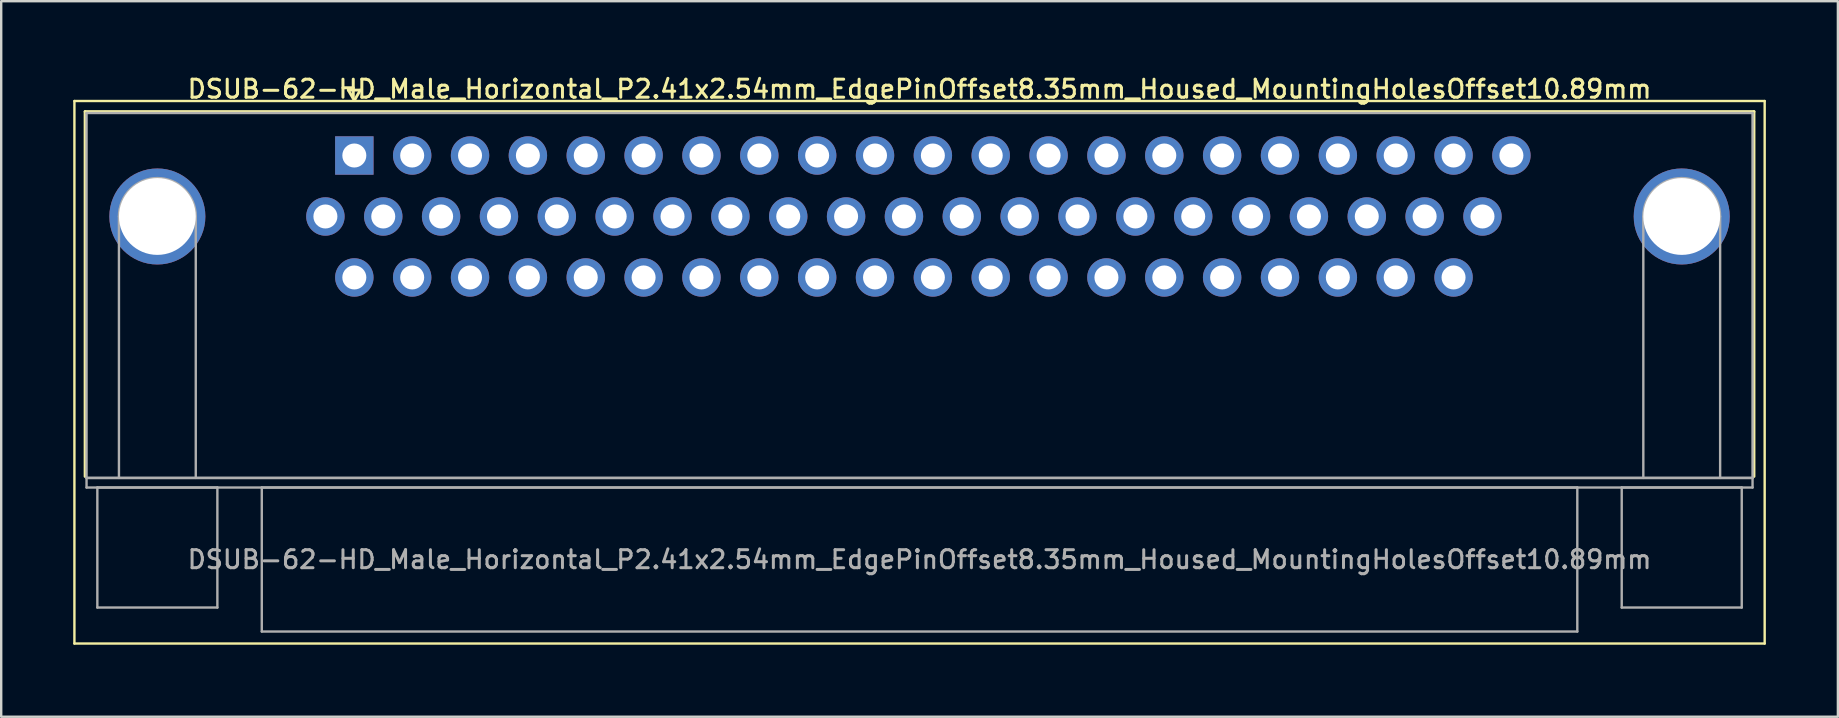
<source format=kicad_pcb>
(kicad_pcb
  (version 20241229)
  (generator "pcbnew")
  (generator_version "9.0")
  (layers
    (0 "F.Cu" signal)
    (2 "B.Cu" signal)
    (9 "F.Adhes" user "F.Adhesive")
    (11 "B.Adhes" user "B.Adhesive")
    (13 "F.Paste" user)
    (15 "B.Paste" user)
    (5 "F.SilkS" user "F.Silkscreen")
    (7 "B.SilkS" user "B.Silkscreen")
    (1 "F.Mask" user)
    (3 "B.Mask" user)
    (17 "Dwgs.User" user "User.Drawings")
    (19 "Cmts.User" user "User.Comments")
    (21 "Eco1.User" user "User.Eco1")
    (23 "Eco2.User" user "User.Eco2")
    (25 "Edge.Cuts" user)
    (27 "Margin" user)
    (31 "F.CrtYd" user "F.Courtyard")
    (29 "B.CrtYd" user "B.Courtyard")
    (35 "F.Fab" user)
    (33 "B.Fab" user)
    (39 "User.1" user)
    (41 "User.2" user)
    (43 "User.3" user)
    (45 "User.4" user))
  (footprint "DSUB-62-HD_Male_Horizontal_P2.41x2.54mm_EdgePinOffset8.35mm_Housed_MountingHolesOffset10.89mm"
    (layer "F.Cu")
    (at 11.71 3.428)
    (property "Reference" "DSUB-62-HD_Male_Horizontal_P2.41x2.54mm_EdgePinOffset8.35mm_Housed_MountingHolesOffset10.89mm" (at 23.545 -2.77 0) (layer "F.SilkS") (effects (font (size 0.75 0.75) (thickness 0.125))))
    (attr through_hole)
    (fp_line (start -11.66 -2.27) (end -11.66 20.33) (stroke (width 0.1) (type solid)) (layer "F.SilkS"))
    (fp_line (start -11.66 20.33) (end 58.75 20.33) (stroke (width 0.1) (type solid)) (layer "F.SilkS"))
    (fp_line (start -11.215 -1.83) (end 58.305 -1.83) (stroke (width 0.12) (type solid)) (layer "F.SilkS"))
    (fp_line (start -11.215 13.37) (end -11.215 -1.83) (stroke (width 0.12) (type solid)) (layer "F.SilkS"))
    (fp_line (start -0.25 -2.724) (end 0.25 -2.724) (stroke (width 0.12) (type solid)) (layer "F.SilkS"))
    (fp_line (start 0 -2.291) (end -0.25 -2.724) (stroke (width 0.12) (type solid)) (layer "F.SilkS"))
    (fp_line (start 0.25 -2.724) (end 0 -2.291) (stroke (width 0.12) (type solid)) (layer "F.SilkS"))
    (fp_line (start 58.305 -1.83) (end 58.305 13.37) (stroke (width 0.12) (type solid)) (layer "F.SilkS"))
    (fp_line (start 58.75 -2.27) (end -11.66 -2.27) (stroke (width 0.1) (type solid)) (layer "F.SilkS"))
    (fp_line (start 58.75 20.33) (end 58.75 -2.27) (stroke (width 0.1) (type solid)) (layer "F.SilkS"))
    (fp_line (start -11.155 -1.77) (end -11.155 13.43) (stroke (width 0.1) (type solid)) (layer "F.Fab"))
    (fp_line (start -11.155 13.43) (end -11.155 13.83) (stroke (width 0.1) (type solid)) (layer "F.Fab"))
    (fp_line (start -11.155 13.43) (end 58.245 13.43) (stroke (width 0.1) (type solid)) (layer "F.Fab"))
    (fp_line (start -11.155 13.83) (end 58.245 13.83) (stroke (width 0.1) (type solid)) (layer "F.Fab"))
    (fp_line (start -10.705 13.83) (end -10.705 18.83) (stroke (width 0.1) (type solid)) (layer "F.Fab"))
    (fp_line (start -10.705 18.83) (end -5.705 18.83) (stroke (width 0.1) (type solid)) (layer "F.Fab"))
    (fp_line (start -9.805 13.43) (end -9.805 2.54) (stroke (width 0.1) (type solid)) (layer "F.Fab"))
    (fp_line (start -6.605 13.43) (end -6.605 2.54) (stroke (width 0.1) (type solid)) (layer "F.Fab"))
    (fp_line (start -5.705 13.83) (end -10.705 13.83) (stroke (width 0.1) (type solid)) (layer "F.Fab"))
    (fp_line (start -5.705 18.83) (end -5.705 13.83) (stroke (width 0.1) (type solid)) (layer "F.Fab"))
    (fp_line (start -3.855 13.83) (end -3.855 19.83) (stroke (width 0.1) (type solid)) (layer "F.Fab"))
    (fp_line (start -3.855 19.83) (end 50.945 19.83) (stroke (width 0.1) (type solid)) (layer "F.Fab"))
    (fp_line (start 50.945 13.83) (end -3.855 13.83) (stroke (width 0.1) (type solid)) (layer "F.Fab"))
    (fp_line (start 50.945 19.83) (end 50.945 13.83) (stroke (width 0.1) (type solid)) (layer "F.Fab"))
    (fp_line (start 52.795 13.83) (end 52.795 18.83) (stroke (width 0.1) (type solid)) (layer "F.Fab"))
    (fp_line (start 52.795 18.83) (end 57.795 18.83) (stroke (width 0.1) (type solid)) (layer "F.Fab"))
    (fp_line (start 53.695 13.43) (end 53.695 2.54) (stroke (width 0.1) (type solid)) (layer "F.Fab"))
    (fp_line (start 56.895 13.43) (end 56.895 2.54) (stroke (width 0.1) (type solid)) (layer "F.Fab"))
    (fp_line (start 57.795 13.83) (end 52.795 13.83) (stroke (width 0.1) (type solid)) (layer "F.Fab"))
    (fp_line (start 57.795 18.83) (end 57.795 13.83) (stroke (width 0.1) (type solid)) (layer "F.Fab"))
    (fp_line (start 58.245 -1.77) (end -11.155 -1.77) (stroke (width 0.1) (type solid)) (layer "F.Fab"))
    (fp_line (start 58.245 13.43) (end -11.155 13.43) (stroke (width 0.1) (type solid)) (layer "F.Fab"))
    (fp_line (start 58.245 13.43) (end 58.245 -1.77) (stroke (width 0.1) (type solid)) (layer "F.Fab"))
    (fp_line (start 58.245 13.83) (end 58.245 13.43) (stroke (width 0.1) (type solid)) (layer "F.Fab"))
    (fp_arc (start -9.805 2.54) (mid -8.205 0.94) (end -6.605 2.54) (stroke (width 0.1) (type solid)) (layer "F.Fab"))
    (fp_arc (start 53.695 2.54) (mid 55.295 0.94) (end 56.895 2.54) (stroke (width 0.1) (type solid)) (layer "F.Fab"))
    (fp_text user "${REFERENCE}" (at 23.545 16.83 0) (layer "F.Fab") (effects (font (size 0.75 0.75) (thickness 0.125))))
    (pad "0" thru_hole circle (at -8.205 2.54) (size 4 4) (drill 3.2) (layers "*.Cu" "*.Mask"))
    (pad "0" thru_hole circle (at 55.295 2.54) (size 4 4) (drill 3.2) (layers "*.Cu" "*.Mask"))
    (pad "1" thru_hole rect (at 0 0) (size 1.6 1.6) (drill 1) (layers "*.Cu" "*.Mask"))
    (pad "2" thru_hole circle (at 2.41 0) (size 1.6 1.6) (drill 1) (layers "*.Cu" "*.Mask"))
    (pad "3" thru_hole circle (at 4.82 0) (size 1.6 1.6) (drill 1) (layers "*.Cu" "*.Mask"))
    (pad "4" thru_hole circle (at 7.23 0) (size 1.6 1.6) (drill 1) (layers "*.Cu" "*.Mask"))
    (pad "5" thru_hole circle (at 9.64 0) (size 1.6 1.6) (drill 1) (layers "*.Cu" "*.Mask"))
    (pad "6" thru_hole circle (at 12.05 0) (size 1.6 1.6) (drill 1) (layers "*.Cu" "*.Mask"))
    (pad "7" thru_hole circle (at 14.46 0) (size 1.6 1.6) (drill 1) (layers "*.Cu" "*.Mask"))
    (pad "8" thru_hole circle (at 16.87 0) (size 1.6 1.6) (drill 1) (layers "*.Cu" "*.Mask"))
    (pad "9" thru_hole circle (at 19.28 0) (size 1.6 1.6) (drill 1) (layers "*.Cu" "*.Mask"))
    (pad "10" thru_hole circle (at 21.69 0) (size 1.6 1.6) (drill 1) (layers "*.Cu" "*.Mask"))
    (pad "11" thru_hole circle (at 24.1 0) (size 1.6 1.6) (drill 1) (layers "*.Cu" "*.Mask"))
    (pad "12" thru_hole circle (at 26.51 0) (size 1.6 1.6) (drill 1) (layers "*.Cu" "*.Mask"))
    (pad "13" thru_hole circle (at 28.92 0) (size 1.6 1.6) (drill 1) (layers "*.Cu" "*.Mask"))
    (pad "14" thru_hole circle (at 31.33 0) (size 1.6 1.6) (drill 1) (layers "*.Cu" "*.Mask"))
    (pad "15" thru_hole circle (at 33.74 0) (size 1.6 1.6) (drill 1) (layers "*.Cu" "*.Mask"))
    (pad "16" thru_hole circle (at 36.15 0) (size 1.6 1.6) (drill 1) (layers "*.Cu" "*.Mask"))
    (pad "17" thru_hole circle (at 38.56 0) (size 1.6 1.6) (drill 1) (layers "*.Cu" "*.Mask"))
    (pad "18" thru_hole circle (at 40.97 0) (size 1.6 1.6) (drill 1) (layers "*.Cu" "*.Mask"))
    (pad "19" thru_hole circle (at 43.38 0) (size 1.6 1.6) (drill 1) (layers "*.Cu" "*.Mask"))
    (pad "20" thru_hole circle (at 45.79 0) (size 1.6 1.6) (drill 1) (layers "*.Cu" "*.Mask"))
    (pad "21" thru_hole circle (at 48.2 0) (size 1.6 1.6) (drill 1) (layers "*.Cu" "*.Mask"))
    (pad "22" thru_hole circle (at -1.205 2.54) (size 1.6 1.6) (drill 1) (layers "*.Cu" "*.Mask"))
    (pad "23" thru_hole circle (at 1.205 2.54) (size 1.6 1.6) (drill 1) (layers "*.Cu" "*.Mask"))
    (pad "24" thru_hole circle (at 3.615 2.54) (size 1.6 1.6) (drill 1) (layers "*.Cu" "*.Mask"))
    (pad "25" thru_hole circle (at 6.025 2.54) (size 1.6 1.6) (drill 1) (layers "*.Cu" "*.Mask"))
    (pad "26" thru_hole circle (at 8.435 2.54) (size 1.6 1.6) (drill 1) (layers "*.Cu" "*.Mask"))
    (pad "27" thru_hole circle (at 10.845 2.54) (size 1.6 1.6) (drill 1) (layers "*.Cu" "*.Mask"))
    (pad "28" thru_hole circle (at 13.255 2.54) (size 1.6 1.6) (drill 1) (layers "*.Cu" "*.Mask"))
    (pad "29" thru_hole circle (at 15.665 2.54) (size 1.6 1.6) (drill 1) (layers "*.Cu" "*.Mask"))
    (pad "30" thru_hole circle (at 18.075 2.54) (size 1.6 1.6) (drill 1) (layers "*.Cu" "*.Mask"))
    (pad "31" thru_hole circle (at 20.485 2.54) (size 1.6 1.6) (drill 1) (layers "*.Cu" "*.Mask"))
    (pad "32" thru_hole circle (at 22.895 2.54) (size 1.6 1.6) (drill 1) (layers "*.Cu" "*.Mask"))
    (pad "33" thru_hole circle (at 25.305 2.54) (size 1.6 1.6) (drill 1) (layers "*.Cu" "*.Mask"))
    (pad "34" thru_hole circle (at 27.715 2.54) (size 1.6 1.6) (drill 1) (layers "*.Cu" "*.Mask"))
    (pad "35" thru_hole circle (at 30.125 2.54) (size 1.6 1.6) (drill 1) (layers "*.Cu" "*.Mask"))
    (pad "36" thru_hole circle (at 32.535 2.54) (size 1.6 1.6) (drill 1) (layers "*.Cu" "*.Mask"))
    (pad "37" thru_hole circle (at 34.945 2.54) (size 1.6 1.6) (drill 1) (layers "*.Cu" "*.Mask"))
    (pad "38" thru_hole circle (at 37.355 2.54) (size 1.6 1.6) (drill 1) (layers "*.Cu" "*.Mask"))
    (pad "39" thru_hole circle (at 39.765 2.54) (size 1.6 1.6) (drill 1) (layers "*.Cu" "*.Mask"))
    (pad "40" thru_hole circle (at 42.175 2.54) (size 1.6 1.6) (drill 1) (layers "*.Cu" "*.Mask"))
    (pad "41" thru_hole circle (at 44.585 2.54) (size 1.6 1.6) (drill 1) (layers "*.Cu" "*.Mask"))
    (pad "42" thru_hole circle (at 46.995 2.54) (size 1.6 1.6) (drill 1) (layers "*.Cu" "*.Mask"))
    (pad "43" thru_hole circle (at 0 5.08) (size 1.6 1.6) (drill 1) (layers "*.Cu" "*.Mask"))
    (pad "44" thru_hole circle (at 2.41 5.08) (size 1.6 1.6) (drill 1) (layers "*.Cu" "*.Mask"))
    (pad "45" thru_hole circle (at 4.82 5.08) (size 1.6 1.6) (drill 1) (layers "*.Cu" "*.Mask"))
    (pad "46" thru_hole circle (at 7.23 5.08) (size 1.6 1.6) (drill 1) (layers "*.Cu" "*.Mask"))
    (pad "47" thru_hole circle (at 9.64 5.08) (size 1.6 1.6) (drill 1) (layers "*.Cu" "*.Mask"))
    (pad "48" thru_hole circle (at 12.05 5.08) (size 1.6 1.6) (drill 1) (layers "*.Cu" "*.Mask"))
    (pad "49" thru_hole circle (at 14.46 5.08) (size 1.6 1.6) (drill 1) (layers "*.Cu" "*.Mask"))
    (pad "50" thru_hole circle (at 16.87 5.08) (size 1.6 1.6) (drill 1) (layers "*.Cu" "*.Mask"))
    (pad "51" thru_hole circle (at 19.28 5.08) (size 1.6 1.6) (drill 1) (layers "*.Cu" "*.Mask"))
    (pad "52" thru_hole circle (at 21.69 5.08) (size 1.6 1.6) (drill 1) (layers "*.Cu" "*.Mask"))
    (pad "53" thru_hole circle (at 24.1 5.08) (size 1.6 1.6) (drill 1) (layers "*.Cu" "*.Mask"))
    (pad "54" thru_hole circle (at 26.51 5.08) (size 1.6 1.6) (drill 1) (layers "*.Cu" "*.Mask"))
    (pad "55" thru_hole circle (at 28.92 5.08) (size 1.6 1.6) (drill 1) (layers "*.Cu" "*.Mask"))
    (pad "56" thru_hole circle (at 31.33 5.08) (size 1.6 1.6) (drill 1) (layers "*.Cu" "*.Mask"))
    (pad "57" thru_hole circle (at 33.74 5.08) (size 1.6 1.6) (drill 1) (layers "*.Cu" "*.Mask"))
    (pad "58" thru_hole circle (at 36.15 5.08) (size 1.6 1.6) (drill 1) (layers "*.Cu" "*.Mask"))
    (pad "59" thru_hole circle (at 38.56 5.08) (size 1.6 1.6) (drill 1) (layers "*.Cu" "*.Mask"))
    (pad "60" thru_hole circle (at 40.97 5.08) (size 1.6 1.6) (drill 1) (layers "*.Cu" "*.Mask"))
    (pad "61" thru_hole circle (at 43.38 5.08) (size 1.6 1.6) (drill 1) (layers "*.Cu" "*.Mask"))
    (pad "62" thru_hole circle (at 45.79 5.08) (size 1.6 1.6) (drill 1) (layers "*.Cu" "*.Mask")))
  (gr_rect
    (start -3 -3)
    (end 73.51 26.808)
    (stroke (width 0.1) (type default))
    (fill no)
    (layer "Edge.Cuts")))
</source>
